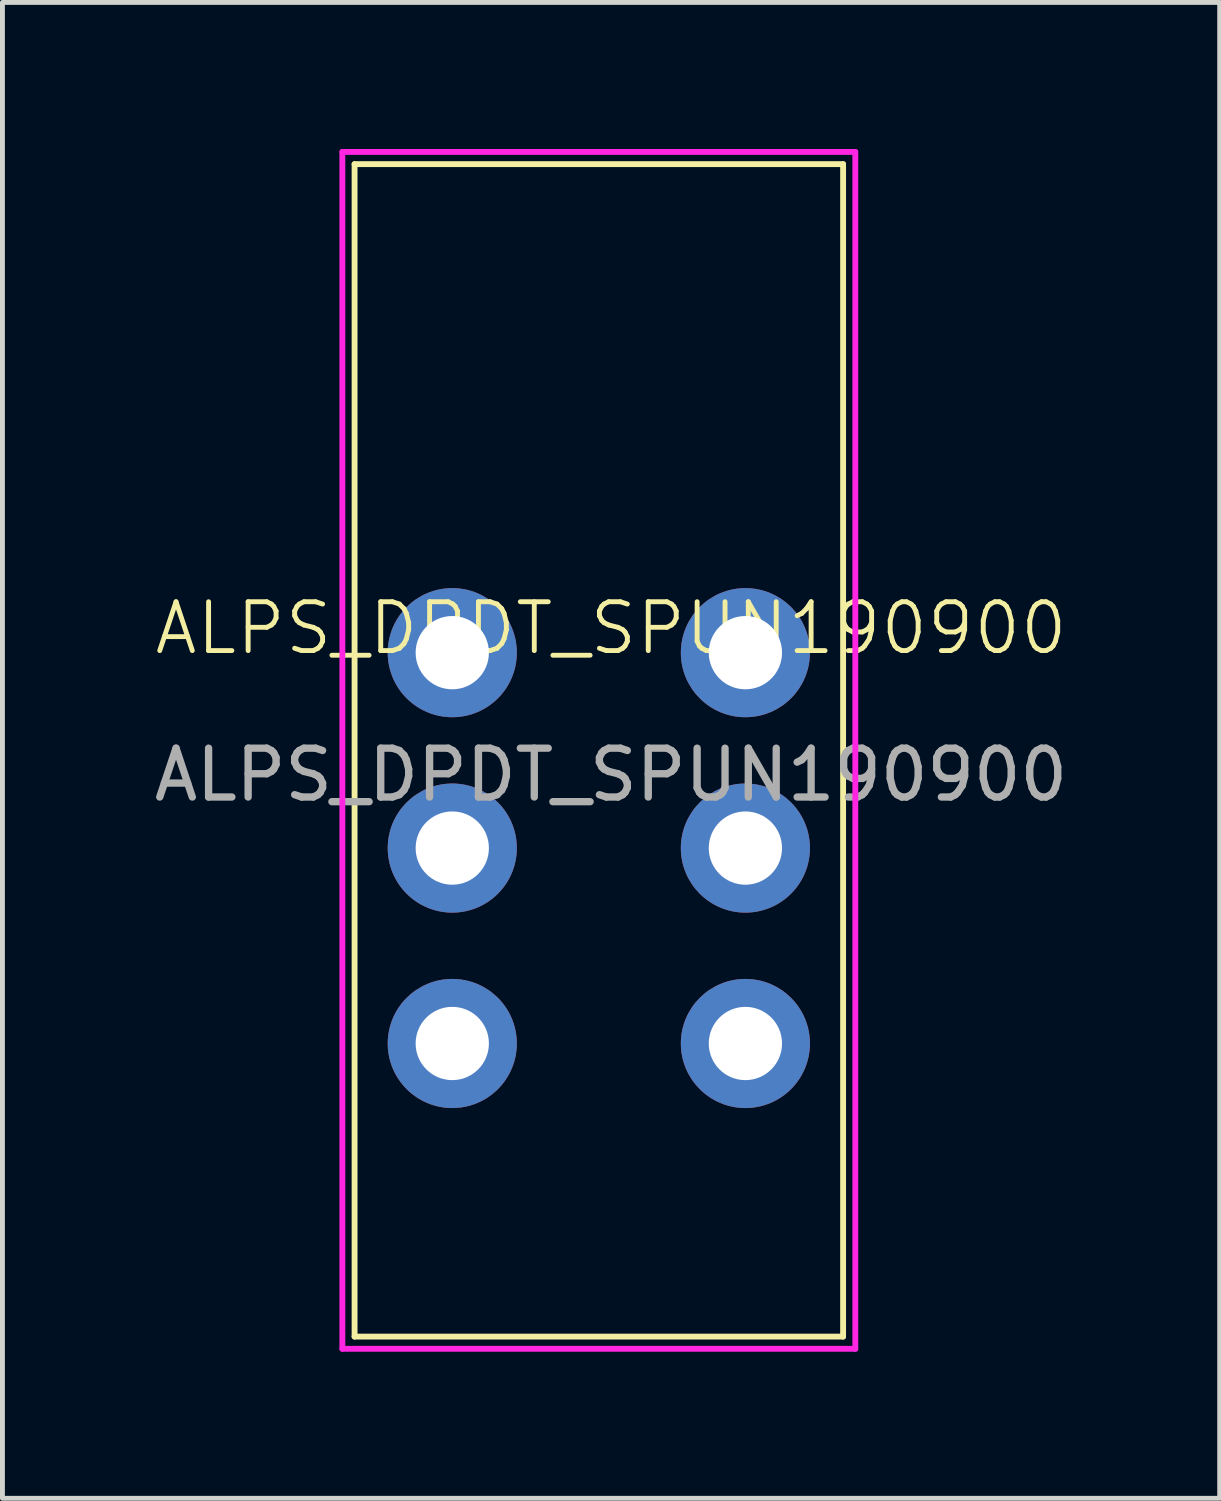
<source format=kicad_pcb>
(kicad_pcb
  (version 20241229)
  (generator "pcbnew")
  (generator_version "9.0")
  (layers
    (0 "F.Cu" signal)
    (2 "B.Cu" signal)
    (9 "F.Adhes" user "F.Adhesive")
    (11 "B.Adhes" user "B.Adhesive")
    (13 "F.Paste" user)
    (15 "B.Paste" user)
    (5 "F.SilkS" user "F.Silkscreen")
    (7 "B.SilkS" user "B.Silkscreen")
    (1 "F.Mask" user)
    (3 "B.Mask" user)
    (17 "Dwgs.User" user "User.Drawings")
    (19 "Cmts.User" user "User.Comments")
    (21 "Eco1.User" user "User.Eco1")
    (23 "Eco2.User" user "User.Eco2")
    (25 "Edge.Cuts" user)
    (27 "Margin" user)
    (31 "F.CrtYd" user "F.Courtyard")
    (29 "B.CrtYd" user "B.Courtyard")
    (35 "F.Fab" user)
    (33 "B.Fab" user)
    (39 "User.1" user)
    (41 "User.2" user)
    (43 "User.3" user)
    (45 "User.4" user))
  (footprint "ALPS_DPDT_SPUN190900"
    (layer "F.Cu")
    (at 9.458 10.31)
    (property "Reference" "ALPS_DPDT_SPUN190900" (at 0 -0.5 0) (unlocked yes) (layer "F.SilkS") (effects (font (size 1 1) (thickness 0.1))))
    (attr through_hole)
    (fp_line (start -5.25 -10) (end -5.25 14) (stroke (width 0.12) (type solid)) (layer "F.SilkS"))
    (fp_line (start -5.25 -10) (end 4.75 -10) (stroke (width 0.12) (type solid)) (layer "F.SilkS"))
    (fp_line (start -5.25 14) (end 4.75 14) (stroke (width 0.12) (type solid)) (layer "F.SilkS"))
    (fp_line (start 4.75 -10) (end 4.75 14) (stroke (width 0.12) (type solid)) (layer "F.SilkS"))
    (fp_line (start -5.5 -10.25) (end 5 -10.25) (stroke (width 0.12) (type solid)) (layer "F.CrtYd"))
    (fp_line (start -5.5 14.25) (end -5.5 -10.25) (stroke (width 0.12) (type solid)) (layer "F.CrtYd"))
    (fp_line (start 5 -10.25) (end 5 14.25) (stroke (width 0.12) (type solid)) (layer "F.CrtYd"))
    (fp_line (start 5 14.25) (end -5.5 14.25) (stroke (width 0.12) (type solid)) (layer "F.CrtYd"))
    (fp_text user "${REFERENCE}" (at 0 2.5 0) (unlocked yes) (layer "F.Fab") (effects (font (size 1 1) (thickness 0.15))))
    (pad "1" thru_hole circle (at 2.75 0) (size 2.643 2.643) (drill 1.5) (layers "*.Cu" "*.Mask"))
    (pad "2" thru_hole circle (at 2.75 4) (size 2.643 2.643) (drill 1.5) (layers "*.Cu" "*.Mask"))
    (pad "3" thru_hole circle (at 2.75 8) (size 2.643 2.643) (drill 1.5) (layers "*.Cu" "*.Mask"))
    (pad "4" thru_hole circle (at -3.25 0) (size 2.643 2.643) (drill 1.5) (layers "*.Cu" "*.Mask"))
    (pad "5" thru_hole circle (at -3.25 4) (size 2.643 2.643) (drill 1.5) (layers "*.Cu" "*.Mask"))
    (pad "6" thru_hole circle (at -3.25 8) (size 2.643 2.643) (drill 1.5) (layers "*.Cu" "*.Mask")))
  (gr_rect
    (start -3 -3)
    (end 21.917 27.62)
    (stroke (width 0.1) (type default))
    (fill no)
    (layer "Edge.Cuts")))
</source>
